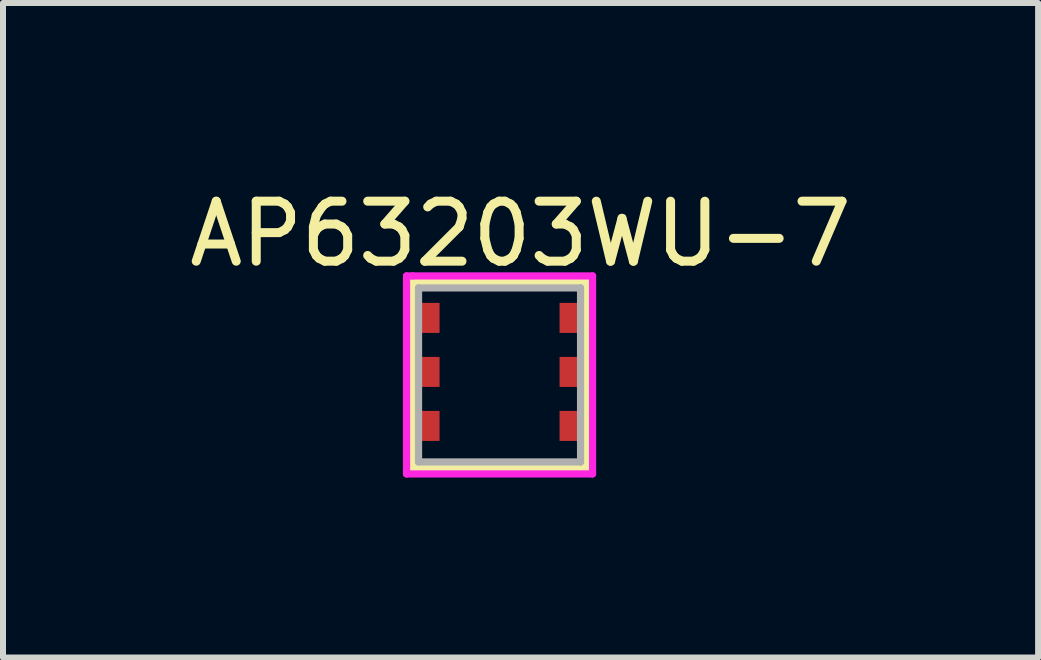
<source format=kicad_pcb>
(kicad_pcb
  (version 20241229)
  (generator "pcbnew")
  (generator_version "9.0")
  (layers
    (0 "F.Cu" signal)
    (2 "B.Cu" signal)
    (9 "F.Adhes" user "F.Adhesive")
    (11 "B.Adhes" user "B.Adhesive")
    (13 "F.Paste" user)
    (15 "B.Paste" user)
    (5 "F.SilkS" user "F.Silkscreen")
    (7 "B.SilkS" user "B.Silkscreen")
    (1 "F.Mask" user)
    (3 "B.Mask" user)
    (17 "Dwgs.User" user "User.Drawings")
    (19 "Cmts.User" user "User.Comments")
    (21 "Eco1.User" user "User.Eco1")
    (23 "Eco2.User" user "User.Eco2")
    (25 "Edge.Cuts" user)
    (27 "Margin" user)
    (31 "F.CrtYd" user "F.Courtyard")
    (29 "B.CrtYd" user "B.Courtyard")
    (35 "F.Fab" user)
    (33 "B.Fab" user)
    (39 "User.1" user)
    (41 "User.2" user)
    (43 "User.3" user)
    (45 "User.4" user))
  (footprint "AP63203WU-7"
    (layer "F.Cu")
    (at 5.325 0.848)
    (property "Reference" "AP63203WU-7" (at 0.3 0 0) (layer "F.SilkS") (effects (font (size 1 1) (thickness 0.15))))
    (attr through_hole)
    (fp_line (start -1.5 0.8) (end -1.4 0.8) (stroke (width 0.12) (type solid)) (layer "F.SilkS"))
    (fp_line (start -1.5 3.9) (end -1.5 0.8) (stroke (width 0.12) (type solid)) (layer "F.SilkS"))
    (fp_line (start -1.4 0.8) (end 1.4 0.8) (stroke (width 0.12) (type solid)) (layer "F.SilkS"))
    (fp_line (start 1.4 0.8) (end 1.4 3.9) (stroke (width 0.12) (type solid)) (layer "F.SilkS"))
    (fp_line (start 1.4 3.9) (end -1.5 3.9) (stroke (width 0.12) (type solid)) (layer "F.SilkS"))
    (fp_line (start -1.6 0.7) (end -1.5 0.7) (stroke (width 0.12) (type solid)) (layer "F.CrtYd"))
    (fp_line (start -1.6 4) (end -1.6 0.7) (stroke (width 0.12) (type solid)) (layer "F.CrtYd"))
    (fp_line (start -1.5 0.7) (end 1.5 0.7) (stroke (width 0.12) (type solid)) (layer "F.CrtYd"))
    (fp_line (start 1.5 0.7) (end 1.5 4) (stroke (width 0.12) (type solid)) (layer "F.CrtYd"))
    (fp_line (start 1.5 4) (end -1.6 4) (stroke (width 0.12) (type solid)) (layer "F.CrtYd"))
    (fp_line (start -1.4 0.9) (end -1.4 3.8) (stroke (width 0.12) (type solid)) (layer "F.Fab"))
    (fp_line (start -1.4 3.8) (end 1.3 3.8) (stroke (width 0.12) (type solid)) (layer "F.Fab"))
    (fp_line (start 1.3 0.9) (end -1.4 0.9) (stroke (width 0.12) (type solid)) (layer "F.Fab"))
    (fp_line (start 1.3 0.9) (end 1.3 3.8) (stroke (width 0.12) (type solid)) (layer "F.Fab"))
    (pad "1" smd rect (at -1.3 1.4) (size 0.5 0.5) (layers "F.Cu" "F.Mask" "F.Paste"))
    (pad "2" smd rect (at -1.3 2.3) (size 0.5 0.5) (layers "F.Cu" "F.Mask" "F.Paste"))
    (pad "3" smd rect (at -1.3 3.2) (size 0.5 0.5) (layers "F.Cu" "F.Mask" "F.Paste"))
    (pad "4" smd rect (at 1.2 3.2) (size 0.5 0.5) (layers "F.Cu" "F.Mask" "F.Paste"))
    (pad "5" smd rect (at 1.2 2.3) (size 0.5 0.5) (layers "F.Cu" "F.Mask" "F.Paste"))
    (pad "6" smd rect (at 1.2 1.4) (size 0.5 0.5) (layers "F.Cu" "F.Mask" "F.Paste")))
  (gr_rect
    (start -3 -3)
    (end 14.25 7.908)
    (stroke (width 0.1) (type default))
    (fill no)
    (layer "Edge.Cuts")))
</source>
